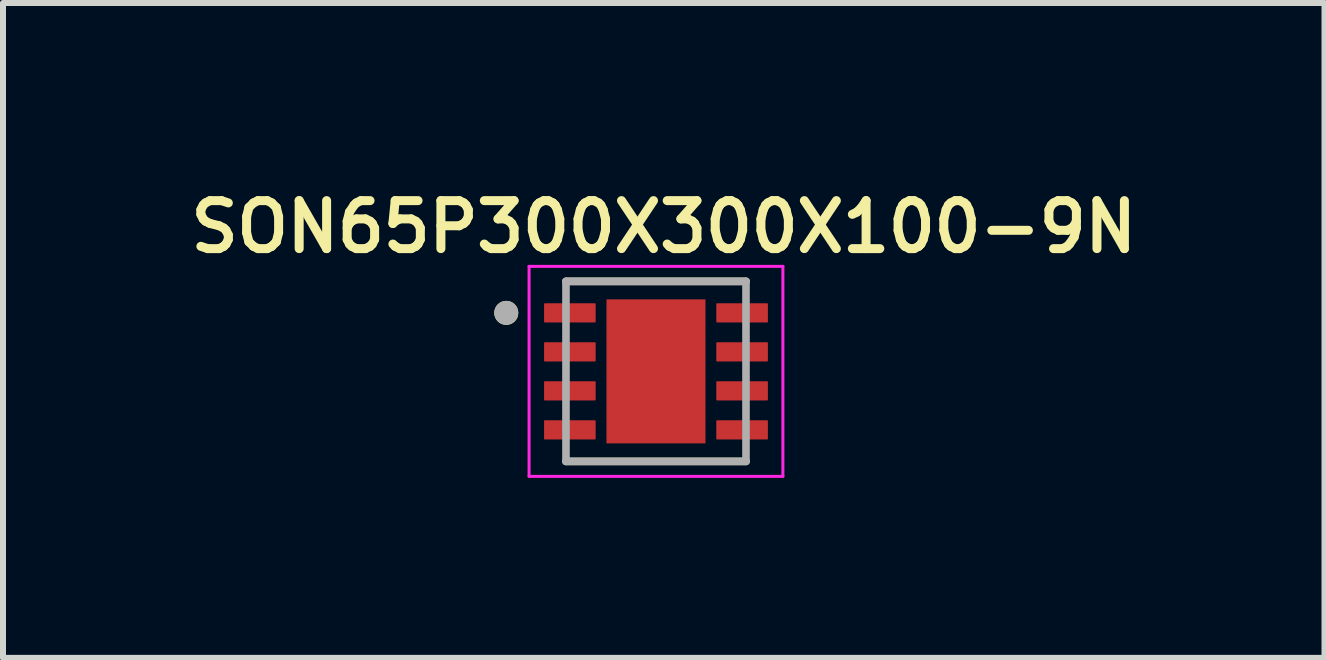
<source format=kicad_pcb>
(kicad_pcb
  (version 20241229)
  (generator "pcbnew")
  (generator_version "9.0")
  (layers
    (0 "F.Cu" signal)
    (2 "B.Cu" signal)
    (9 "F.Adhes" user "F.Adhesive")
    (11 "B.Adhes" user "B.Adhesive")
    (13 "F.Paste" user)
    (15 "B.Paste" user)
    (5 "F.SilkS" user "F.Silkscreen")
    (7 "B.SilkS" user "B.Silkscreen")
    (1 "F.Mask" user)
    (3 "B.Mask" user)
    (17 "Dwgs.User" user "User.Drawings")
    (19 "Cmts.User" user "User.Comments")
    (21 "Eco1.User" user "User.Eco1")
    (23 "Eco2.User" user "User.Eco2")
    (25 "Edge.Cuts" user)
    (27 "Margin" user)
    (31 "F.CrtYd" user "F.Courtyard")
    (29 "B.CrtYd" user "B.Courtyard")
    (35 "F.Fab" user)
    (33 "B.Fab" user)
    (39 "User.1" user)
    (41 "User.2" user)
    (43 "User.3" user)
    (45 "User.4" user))
  (footprint "SON65P300X300X100-9N"
    (layer "F.Cu")
    (at 7.882 3.139)
    (property "Reference" "SON65P300X300X100-9N" (at 0.13 -2.408 0) (layer "F.SilkS") (effects (font (size 0.8 0.8) (thickness 0.15))))
    (attr smd)
    (fp_line (start -1.5 -1.5) (end 1.5 -1.5) (stroke (width 0.127) (type solid)) (layer "F.SilkS"))
    (fp_line (start -1.5 1.5) (end 1.5 1.5) (stroke (width 0.127) (type solid)) (layer "F.SilkS"))
    (fp_circle (center -2.495 -0.975) (end -2.395 -0.975) (stroke (width 0.2) (type solid)) (fill no) (layer "F.SilkS"))
    (fp_poly (pts (xy -0.52 -0.76) (xy 0.52 -0.76) (xy 0.52 0.76) (xy -0.52 0.76)) (stroke (width 0.01) (type solid)) (fill yes) (layer "F.Paste"))
    (fp_line (start -2.115 -1.75) (end -2.115 1.75) (stroke (width 0.05) (type solid)) (layer "F.CrtYd"))
    (fp_line (start -2.115 -1.75) (end 2.115 -1.75) (stroke (width 0.05) (type solid)) (layer "F.CrtYd"))
    (fp_line (start -2.115 1.75) (end 2.115 1.75) (stroke (width 0.05) (type solid)) (layer "F.CrtYd"))
    (fp_line (start 2.115 -1.75) (end 2.115 1.75) (stroke (width 0.05) (type solid)) (layer "F.CrtYd"))
    (fp_line (start -1.5 -1.5) (end -1.5 1.5) (stroke (width 0.127) (type solid)) (layer "F.Fab"))
    (fp_line (start -1.5 -1.5) (end 1.5 -1.5) (stroke (width 0.127) (type solid)) (layer "F.Fab"))
    (fp_line (start -1.5 1.5) (end 1.5 1.5) (stroke (width 0.127) (type solid)) (layer "F.Fab"))
    (fp_line (start 1.5 -1.5) (end 1.5 1.5) (stroke (width 0.127) (type solid)) (layer "F.Fab"))
    (fp_circle (center -2.495 -0.975) (end -2.395 -0.975) (stroke (width 0.2) (type solid)) (fill no) (layer "F.Fab"))
    (pad "1" smd roundrect (at -1.435 -0.975) (size 0.86 0.32) (layers "F.Cu" "F.Mask" "F.Paste") (roundrect_rratio 0.04))
    (pad "2" smd roundrect (at -1.435 -0.325) (size 0.86 0.32) (layers "F.Cu" "F.Mask" "F.Paste") (roundrect_rratio 0.04))
    (pad "3" smd roundrect (at -1.435 0.325) (size 0.86 0.32) (layers "F.Cu" "F.Mask" "F.Paste") (roundrect_rratio 0.04))
    (pad "4" smd roundrect (at -1.435 0.975) (size 0.86 0.32) (layers "F.Cu" "F.Mask" "F.Paste") (roundrect_rratio 0.04))
    (pad "5" smd roundrect (at 1.435 0.975) (size 0.86 0.32) (layers "F.Cu" "F.Mask" "F.Paste") (roundrect_rratio 0.04))
    (pad "6" smd roundrect (at 1.435 0.325) (size 0.86 0.32) (layers "F.Cu" "F.Mask" "F.Paste") (roundrect_rratio 0.04))
    (pad "7" smd roundrect (at 1.435 -0.325) (size 0.86 0.32) (layers "F.Cu" "F.Mask" "F.Paste") (roundrect_rratio 0.04))
    (pad "8" smd roundrect (at 1.435 -0.975) (size 0.86 0.32) (layers "F.Cu" "F.Mask" "F.Paste") (roundrect_rratio 0.04))
    (pad "9" smd rect (at 0 0) (size 1.65 2.4) (layers "F.Cu" "F.Mask")))
  (gr_rect
    (start -3 -3)
    (end 19.023 7.914)
    (stroke (width 0.1) (type default))
    (fill no)
    (layer "Edge.Cuts")))
</source>
